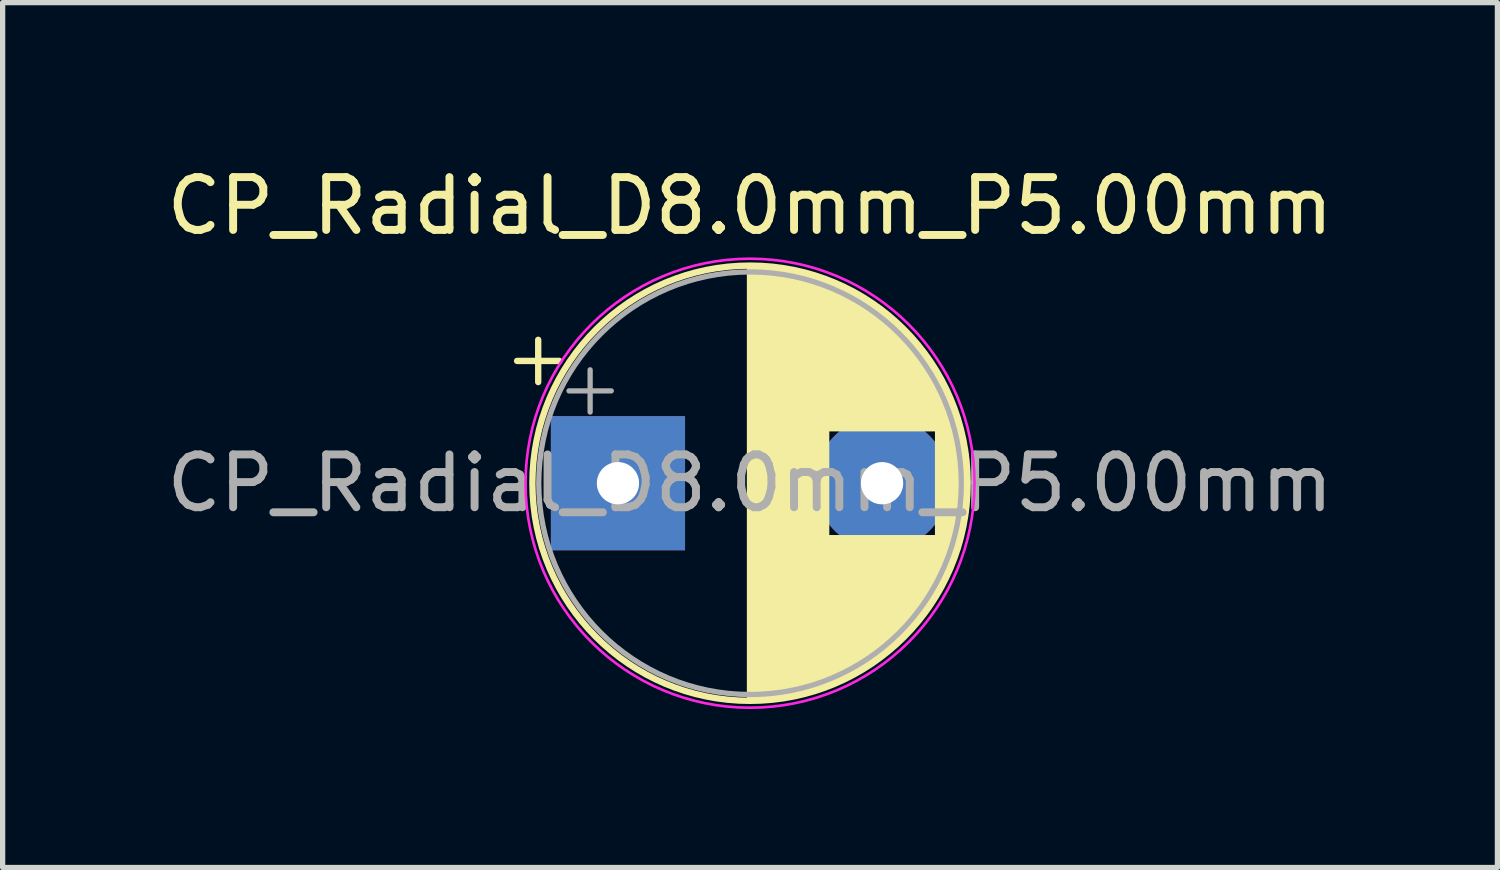
<source format=kicad_pcb>
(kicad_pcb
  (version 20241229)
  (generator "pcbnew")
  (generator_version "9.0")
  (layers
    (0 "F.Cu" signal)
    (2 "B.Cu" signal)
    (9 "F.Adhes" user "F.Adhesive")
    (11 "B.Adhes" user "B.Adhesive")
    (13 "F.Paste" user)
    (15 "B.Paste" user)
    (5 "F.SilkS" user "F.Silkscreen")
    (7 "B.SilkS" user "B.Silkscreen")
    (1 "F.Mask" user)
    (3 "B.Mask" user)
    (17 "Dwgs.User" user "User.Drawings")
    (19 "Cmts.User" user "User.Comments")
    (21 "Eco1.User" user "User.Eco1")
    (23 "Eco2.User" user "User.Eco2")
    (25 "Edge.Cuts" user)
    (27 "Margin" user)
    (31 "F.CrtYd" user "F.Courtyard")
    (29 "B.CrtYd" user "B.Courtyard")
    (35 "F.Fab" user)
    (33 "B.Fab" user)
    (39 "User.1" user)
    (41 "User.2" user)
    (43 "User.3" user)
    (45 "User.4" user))
  (footprint "CP_Radial_D8.0mm_P5.00mm"
    (layer "F.Cu")
    (at 8.649 6.098)
    (property "Reference" "CP_Radial_D8.0mm_P5.00mm" (at 2.5 -5.25 0) (layer "F.SilkS") (effects (font (size 1 1) (thickness 0.15))))
    (attr through_hole)
    (fp_line (start -1.91 -2.315) (end -1.11 -2.315) (stroke (width 0.12) (type solid)) (layer "F.SilkS"))
    (fp_line (start -1.51 -2.715) (end -1.51 -1.915) (stroke (width 0.12) (type solid)) (layer "F.SilkS"))
    (fp_line (start 2.5 -4.08) (end 2.5 4.08) (stroke (width 0.12) (type solid)) (layer "F.SilkS"))
    (fp_line (start 2.54 -4.08) (end 2.54 4.08) (stroke (width 0.12) (type solid)) (layer "F.SilkS"))
    (fp_line (start 2.58 -4.08) (end 2.58 4.08) (stroke (width 0.12) (type solid)) (layer "F.SilkS"))
    (fp_line (start 2.62 -4.079) (end 2.62 4.079) (stroke (width 0.12) (type solid)) (layer "F.SilkS"))
    (fp_line (start 2.66 -4.077) (end 2.66 4.077) (stroke (width 0.12) (type solid)) (layer "F.SilkS"))
    (fp_line (start 2.7 -4.076) (end 2.7 4.076) (stroke (width 0.12) (type solid)) (layer "F.SilkS"))
    (fp_line (start 2.74 -4.074) (end 2.74 4.074) (stroke (width 0.12) (type solid)) (layer "F.SilkS"))
    (fp_line (start 2.78 -4.071) (end 2.78 4.071) (stroke (width 0.12) (type solid)) (layer "F.SilkS"))
    (fp_line (start 2.82 -4.068) (end 2.82 4.068) (stroke (width 0.12) (type solid)) (layer "F.SilkS"))
    (fp_line (start 2.86 -4.065) (end 2.86 4.065) (stroke (width 0.12) (type solid)) (layer "F.SilkS"))
    (fp_line (start 2.9 -4.061) (end 2.9 4.061) (stroke (width 0.12) (type solid)) (layer "F.SilkS"))
    (fp_line (start 2.94 -4.057) (end 2.94 4.057) (stroke (width 0.12) (type solid)) (layer "F.SilkS"))
    (fp_line (start 2.98 -4.052) (end 2.98 4.052) (stroke (width 0.12) (type solid)) (layer "F.SilkS"))
    (fp_line (start 3.02 -4.048) (end 3.02 4.048) (stroke (width 0.12) (type solid)) (layer "F.SilkS"))
    (fp_line (start 3.06 -4.042) (end 3.06 4.042) (stroke (width 0.12) (type solid)) (layer "F.SilkS"))
    (fp_line (start 3.1 -4.037) (end 3.1 4.037) (stroke (width 0.12) (type solid)) (layer "F.SilkS"))
    (fp_line (start 3.14 -4.03) (end 3.14 4.03) (stroke (width 0.12) (type solid)) (layer "F.SilkS"))
    (fp_line (start 3.18 -4.024) (end 3.18 4.024) (stroke (width 0.12) (type solid)) (layer "F.SilkS"))
    (fp_line (start 3.221 -4.017) (end 3.221 4.017) (stroke (width 0.12) (type solid)) (layer "F.SilkS"))
    (fp_line (start 3.261 -4.01) (end 3.261 4.01) (stroke (width 0.12) (type solid)) (layer "F.SilkS"))
    (fp_line (start 3.301 -4.002) (end 3.301 4.002) (stroke (width 0.12) (type solid)) (layer "F.SilkS"))
    (fp_line (start 3.341 -3.994) (end 3.341 3.994) (stroke (width 0.12) (type solid)) (layer "F.SilkS"))
    (fp_line (start 3.381 -3.985) (end 3.381 3.985) (stroke (width 0.12) (type solid)) (layer "F.SilkS"))
    (fp_line (start 3.421 -3.976) (end 3.421 3.976) (stroke (width 0.12) (type solid)) (layer "F.SilkS"))
    (fp_line (start 3.461 -3.967) (end 3.461 3.967) (stroke (width 0.12) (type solid)) (layer "F.SilkS"))
    (fp_line (start 3.501 -3.957) (end 3.501 3.957) (stroke (width 0.12) (type solid)) (layer "F.SilkS"))
    (fp_line (start 3.541 -3.947) (end 3.541 3.947) (stroke (width 0.12) (type solid)) (layer "F.SilkS"))
    (fp_line (start 3.581 -3.936) (end 3.581 3.936) (stroke (width 0.12) (type solid)) (layer "F.SilkS"))
    (fp_line (start 3.621 -3.925) (end 3.621 3.925) (stroke (width 0.12) (type solid)) (layer "F.SilkS"))
    (fp_line (start 3.661 -3.914) (end 3.661 3.914) (stroke (width 0.12) (type solid)) (layer "F.SilkS"))
    (fp_line (start 3.701 -3.902) (end 3.701 3.902) (stroke (width 0.12) (type solid)) (layer "F.SilkS"))
    (fp_line (start 3.741 -3.889) (end 3.741 3.889) (stroke (width 0.12) (type solid)) (layer "F.SilkS"))
    (fp_line (start 3.781 -3.877) (end 3.781 3.877) (stroke (width 0.12) (type solid)) (layer "F.SilkS"))
    (fp_line (start 3.821 -3.863) (end 3.821 3.863) (stroke (width 0.12) (type solid)) (layer "F.SilkS"))
    (fp_line (start 3.861 -3.85) (end 3.861 3.85) (stroke (width 0.12) (type solid)) (layer "F.SilkS"))
    (fp_line (start 3.901 -3.835) (end 3.901 3.835) (stroke (width 0.12) (type solid)) (layer "F.SilkS"))
    (fp_line (start 3.941 -3.821) (end 3.941 3.821) (stroke (width 0.12) (type solid)) (layer "F.SilkS"))
    (fp_line (start 3.981 -3.805) (end 3.981 -1.04) (stroke (width 0.12) (type solid)) (layer "F.SilkS"))
    (fp_line (start 3.981 1.04) (end 3.981 3.805) (stroke (width 0.12) (type solid)) (layer "F.SilkS"))
    (fp_line (start 4.021 -3.79) (end 4.021 -1.04) (stroke (width 0.12) (type solid)) (layer "F.SilkS"))
    (fp_line (start 4.021 1.04) (end 4.021 3.79) (stroke (width 0.12) (type solid)) (layer "F.SilkS"))
    (fp_line (start 4.061 -3.774) (end 4.061 -1.04) (stroke (width 0.12) (type solid)) (layer "F.SilkS"))
    (fp_line (start 4.061 1.04) (end 4.061 3.774) (stroke (width 0.12) (type solid)) (layer "F.SilkS"))
    (fp_line (start 4.101 -3.757) (end 4.101 -1.04) (stroke (width 0.12) (type solid)) (layer "F.SilkS"))
    (fp_line (start 4.101 1.04) (end 4.101 3.757) (stroke (width 0.12) (type solid)) (layer "F.SilkS"))
    (fp_line (start 4.141 -3.74) (end 4.141 -1.04) (stroke (width 0.12) (type solid)) (layer "F.SilkS"))
    (fp_line (start 4.141 1.04) (end 4.141 3.74) (stroke (width 0.12) (type solid)) (layer "F.SilkS"))
    (fp_line (start 4.181 -3.722) (end 4.181 -1.04) (stroke (width 0.12) (type solid)) (layer "F.SilkS"))
    (fp_line (start 4.181 1.04) (end 4.181 3.722) (stroke (width 0.12) (type solid)) (layer "F.SilkS"))
    (fp_line (start 4.221 -3.704) (end 4.221 -1.04) (stroke (width 0.12) (type solid)) (layer "F.SilkS"))
    (fp_line (start 4.221 1.04) (end 4.221 3.704) (stroke (width 0.12) (type solid)) (layer "F.SilkS"))
    (fp_line (start 4.261 -3.686) (end 4.261 -1.04) (stroke (width 0.12) (type solid)) (layer "F.SilkS"))
    (fp_line (start 4.261 1.04) (end 4.261 3.686) (stroke (width 0.12) (type solid)) (layer "F.SilkS"))
    (fp_line (start 4.301 -3.666) (end 4.301 -1.04) (stroke (width 0.12) (type solid)) (layer "F.SilkS"))
    (fp_line (start 4.301 1.04) (end 4.301 3.666) (stroke (width 0.12) (type solid)) (layer "F.SilkS"))
    (fp_line (start 4.341 -3.647) (end 4.341 -1.04) (stroke (width 0.12) (type solid)) (layer "F.SilkS"))
    (fp_line (start 4.341 1.04) (end 4.341 3.647) (stroke (width 0.12) (type solid)) (layer "F.SilkS"))
    (fp_line (start 4.381 -3.627) (end 4.381 -1.04) (stroke (width 0.12) (type solid)) (layer "F.SilkS"))
    (fp_line (start 4.381 1.04) (end 4.381 3.627) (stroke (width 0.12) (type solid)) (layer "F.SilkS"))
    (fp_line (start 4.421 -3.606) (end 4.421 -1.04) (stroke (width 0.12) (type solid)) (layer "F.SilkS"))
    (fp_line (start 4.421 1.04) (end 4.421 3.606) (stroke (width 0.12) (type solid)) (layer "F.SilkS"))
    (fp_line (start 4.461 -3.584) (end 4.461 -1.04) (stroke (width 0.12) (type solid)) (layer "F.SilkS"))
    (fp_line (start 4.461 1.04) (end 4.461 3.584) (stroke (width 0.12) (type solid)) (layer "F.SilkS"))
    (fp_line (start 4.501 -3.562) (end 4.501 -1.04) (stroke (width 0.12) (type solid)) (layer "F.SilkS"))
    (fp_line (start 4.501 1.04) (end 4.501 3.562) (stroke (width 0.12) (type solid)) (layer "F.SilkS"))
    (fp_line (start 4.541 -3.54) (end 4.541 -1.04) (stroke (width 0.12) (type solid)) (layer "F.SilkS"))
    (fp_line (start 4.541 1.04) (end 4.541 3.54) (stroke (width 0.12) (type solid)) (layer "F.SilkS"))
    (fp_line (start 4.581 -3.517) (end 4.581 -1.04) (stroke (width 0.12) (type solid)) (layer "F.SilkS"))
    (fp_line (start 4.581 1.04) (end 4.581 3.517) (stroke (width 0.12) (type solid)) (layer "F.SilkS"))
    (fp_line (start 4.621 -3.493) (end 4.621 -1.04) (stroke (width 0.12) (type solid)) (layer "F.SilkS"))
    (fp_line (start 4.621 1.04) (end 4.621 3.493) (stroke (width 0.12) (type solid)) (layer "F.SilkS"))
    (fp_line (start 4.661 -3.469) (end 4.661 -1.04) (stroke (width 0.12) (type solid)) (layer "F.SilkS"))
    (fp_line (start 4.661 1.04) (end 4.661 3.469) (stroke (width 0.12) (type solid)) (layer "F.SilkS"))
    (fp_line (start 4.701 -3.444) (end 4.701 -1.04) (stroke (width 0.12) (type solid)) (layer "F.SilkS"))
    (fp_line (start 4.701 1.04) (end 4.701 3.444) (stroke (width 0.12) (type solid)) (layer "F.SilkS"))
    (fp_line (start 4.741 -3.418) (end 4.741 -1.04) (stroke (width 0.12) (type solid)) (layer "F.SilkS"))
    (fp_line (start 4.741 1.04) (end 4.741 3.418) (stroke (width 0.12) (type solid)) (layer "F.SilkS"))
    (fp_line (start 4.781 -3.392) (end 4.781 -1.04) (stroke (width 0.12) (type solid)) (layer "F.SilkS"))
    (fp_line (start 4.781 1.04) (end 4.781 3.392) (stroke (width 0.12) (type solid)) (layer "F.SilkS"))
    (fp_line (start 4.821 -3.365) (end 4.821 -1.04) (stroke (width 0.12) (type solid)) (layer "F.SilkS"))
    (fp_line (start 4.821 1.04) (end 4.821 3.365) (stroke (width 0.12) (type solid)) (layer "F.SilkS"))
    (fp_line (start 4.861 -3.338) (end 4.861 -1.04) (stroke (width 0.12) (type solid)) (layer "F.SilkS"))
    (fp_line (start 4.861 1.04) (end 4.861 3.338) (stroke (width 0.12) (type solid)) (layer "F.SilkS"))
    (fp_line (start 4.901 -3.309) (end 4.901 -1.04) (stroke (width 0.12) (type solid)) (layer "F.SilkS"))
    (fp_line (start 4.901 1.04) (end 4.901 3.309) (stroke (width 0.12) (type solid)) (layer "F.SilkS"))
    (fp_line (start 4.941 -3.28) (end 4.941 -1.04) (stroke (width 0.12) (type solid)) (layer "F.SilkS"))
    (fp_line (start 4.941 1.04) (end 4.941 3.28) (stroke (width 0.12) (type solid)) (layer "F.SilkS"))
    (fp_line (start 4.981 -3.25) (end 4.981 -1.04) (stroke (width 0.12) (type solid)) (layer "F.SilkS"))
    (fp_line (start 4.981 1.04) (end 4.981 3.25) (stroke (width 0.12) (type solid)) (layer "F.SilkS"))
    (fp_line (start 5.021 -3.22) (end 5.021 -1.04) (stroke (width 0.12) (type solid)) (layer "F.SilkS"))
    (fp_line (start 5.021 1.04) (end 5.021 3.22) (stroke (width 0.12) (type solid)) (layer "F.SilkS"))
    (fp_line (start 5.061 -3.189) (end 5.061 -1.04) (stroke (width 0.12) (type solid)) (layer "F.SilkS"))
    (fp_line (start 5.061 1.04) (end 5.061 3.189) (stroke (width 0.12) (type solid)) (layer "F.SilkS"))
    (fp_line (start 5.101 -3.156) (end 5.101 -1.04) (stroke (width 0.12) (type solid)) (layer "F.SilkS"))
    (fp_line (start 5.101 1.04) (end 5.101 3.156) (stroke (width 0.12) (type solid)) (layer "F.SilkS"))
    (fp_line (start 5.141 -3.124) (end 5.141 -1.04) (stroke (width 0.12) (type solid)) (layer "F.SilkS"))
    (fp_line (start 5.141 1.04) (end 5.141 3.124) (stroke (width 0.12) (type solid)) (layer "F.SilkS"))
    (fp_line (start 5.181 -3.09) (end 5.181 -1.04) (stroke (width 0.12) (type solid)) (layer "F.SilkS"))
    (fp_line (start 5.181 1.04) (end 5.181 3.09) (stroke (width 0.12) (type solid)) (layer "F.SilkS"))
    (fp_line (start 5.221 -3.055) (end 5.221 -1.04) (stroke (width 0.12) (type solid)) (layer "F.SilkS"))
    (fp_line (start 5.221 1.04) (end 5.221 3.055) (stroke (width 0.12) (type solid)) (layer "F.SilkS"))
    (fp_line (start 5.261 -3.019) (end 5.261 -1.04) (stroke (width 0.12) (type solid)) (layer "F.SilkS"))
    (fp_line (start 5.261 1.04) (end 5.261 3.019) (stroke (width 0.12) (type solid)) (layer "F.SilkS"))
    (fp_line (start 5.301 -2.983) (end 5.301 -1.04) (stroke (width 0.12) (type solid)) (layer "F.SilkS"))
    (fp_line (start 5.301 1.04) (end 5.301 2.983) (stroke (width 0.12) (type solid)) (layer "F.SilkS"))
    (fp_line (start 5.341 -2.945) (end 5.341 -1.04) (stroke (width 0.12) (type solid)) (layer "F.SilkS"))
    (fp_line (start 5.341 1.04) (end 5.341 2.945) (stroke (width 0.12) (type solid)) (layer "F.SilkS"))
    (fp_line (start 5.381 -2.907) (end 5.381 -1.04) (stroke (width 0.12) (type solid)) (layer "F.SilkS"))
    (fp_line (start 5.381 1.04) (end 5.381 2.907) (stroke (width 0.12) (type solid)) (layer "F.SilkS"))
    (fp_line (start 5.421 -2.867) (end 5.421 -1.04) (stroke (width 0.12) (type solid)) (layer "F.SilkS"))
    (fp_line (start 5.421 1.04) (end 5.421 2.867) (stroke (width 0.12) (type solid)) (layer "F.SilkS"))
    (fp_line (start 5.461 -2.826) (end 5.461 -1.04) (stroke (width 0.12) (type solid)) (layer "F.SilkS"))
    (fp_line (start 5.461 1.04) (end 5.461 2.826) (stroke (width 0.12) (type solid)) (layer "F.SilkS"))
    (fp_line (start 5.501 -2.784) (end 5.501 -1.04) (stroke (width 0.12) (type solid)) (layer "F.SilkS"))
    (fp_line (start 5.501 1.04) (end 5.501 2.784) (stroke (width 0.12) (type solid)) (layer "F.SilkS"))
    (fp_line (start 5.541 -2.741) (end 5.541 -1.04) (stroke (width 0.12) (type solid)) (layer "F.SilkS"))
    (fp_line (start 5.541 1.04) (end 5.541 2.741) (stroke (width 0.12) (type solid)) (layer "F.SilkS"))
    (fp_line (start 5.581 -2.697) (end 5.581 -1.04) (stroke (width 0.12) (type solid)) (layer "F.SilkS"))
    (fp_line (start 5.581 1.04) (end 5.581 2.697) (stroke (width 0.12) (type solid)) (layer "F.SilkS"))
    (fp_line (start 5.621 -2.651) (end 5.621 -1.04) (stroke (width 0.12) (type solid)) (layer "F.SilkS"))
    (fp_line (start 5.621 1.04) (end 5.621 2.651) (stroke (width 0.12) (type solid)) (layer "F.SilkS"))
    (fp_line (start 5.661 -2.604) (end 5.661 -1.04) (stroke (width 0.12) (type solid)) (layer "F.SilkS"))
    (fp_line (start 5.661 1.04) (end 5.661 2.604) (stroke (width 0.12) (type solid)) (layer "F.SilkS"))
    (fp_line (start 5.701 -2.556) (end 5.701 -1.04) (stroke (width 0.12) (type solid)) (layer "F.SilkS"))
    (fp_line (start 5.701 1.04) (end 5.701 2.556) (stroke (width 0.12) (type solid)) (layer "F.SilkS"))
    (fp_line (start 5.741 -2.505) (end 5.741 -1.04) (stroke (width 0.12) (type solid)) (layer "F.SilkS"))
    (fp_line (start 5.741 1.04) (end 5.741 2.505) (stroke (width 0.12) (type solid)) (layer "F.SilkS"))
    (fp_line (start 5.781 -2.454) (end 5.781 -1.04) (stroke (width 0.12) (type solid)) (layer "F.SilkS"))
    (fp_line (start 5.781 1.04) (end 5.781 2.454) (stroke (width 0.12) (type solid)) (layer "F.SilkS"))
    (fp_line (start 5.821 -2.4) (end 5.821 -1.04) (stroke (width 0.12) (type solid)) (layer "F.SilkS"))
    (fp_line (start 5.821 1.04) (end 5.821 2.4) (stroke (width 0.12) (type solid)) (layer "F.SilkS"))
    (fp_line (start 5.861 -2.345) (end 5.861 -1.04) (stroke (width 0.12) (type solid)) (layer "F.SilkS"))
    (fp_line (start 5.861 1.04) (end 5.861 2.345) (stroke (width 0.12) (type solid)) (layer "F.SilkS"))
    (fp_line (start 5.901 -2.287) (end 5.901 -1.04) (stroke (width 0.12) (type solid)) (layer "F.SilkS"))
    (fp_line (start 5.901 1.04) (end 5.901 2.287) (stroke (width 0.12) (type solid)) (layer "F.SilkS"))
    (fp_line (start 5.941 -2.228) (end 5.941 -1.04) (stroke (width 0.12) (type solid)) (layer "F.SilkS"))
    (fp_line (start 5.941 1.04) (end 5.941 2.228) (stroke (width 0.12) (type solid)) (layer "F.SilkS"))
    (fp_line (start 5.981 -2.166) (end 5.981 -1.04) (stroke (width 0.12) (type solid)) (layer "F.SilkS"))
    (fp_line (start 5.981 1.04) (end 5.981 2.166) (stroke (width 0.12) (type solid)) (layer "F.SilkS"))
    (fp_line (start 6.021 -2.102) (end 6.021 -1.04) (stroke (width 0.12) (type solid)) (layer "F.SilkS"))
    (fp_line (start 6.021 1.04) (end 6.021 2.102) (stroke (width 0.12) (type solid)) (layer "F.SilkS"))
    (fp_line (start 6.061 -2.034) (end 6.061 2.034) (stroke (width 0.12) (type solid)) (layer "F.SilkS"))
    (fp_line (start 6.101 -1.964) (end 6.101 1.964) (stroke (width 0.12) (type solid)) (layer "F.SilkS"))
    (fp_line (start 6.141 -1.89) (end 6.141 1.89) (stroke (width 0.12) (type solid)) (layer "F.SilkS"))
    (fp_line (start 6.181 -1.813) (end 6.181 1.813) (stroke (width 0.12) (type solid)) (layer "F.SilkS"))
    (fp_line (start 6.221 -1.731) (end 6.221 1.731) (stroke (width 0.12) (type solid)) (layer "F.SilkS"))
    (fp_line (start 6.261 -1.645) (end 6.261 1.645) (stroke (width 0.12) (type solid)) (layer "F.SilkS"))
    (fp_line (start 6.301 -1.552) (end 6.301 1.552) (stroke (width 0.12) (type solid)) (layer "F.SilkS"))
    (fp_line (start 6.341 -1.453) (end 6.341 1.453) (stroke (width 0.12) (type solid)) (layer "F.SilkS"))
    (fp_line (start 6.381 -1.346) (end 6.381 1.346) (stroke (width 0.12) (type solid)) (layer "F.SilkS"))
    (fp_line (start 6.421 -1.229) (end 6.421 1.229) (stroke (width 0.12) (type solid)) (layer "F.SilkS"))
    (fp_line (start 6.461 -1.098) (end 6.461 1.098) (stroke (width 0.12) (type solid)) (layer "F.SilkS"))
    (fp_line (start 6.501 -0.948) (end 6.501 0.948) (stroke (width 0.12) (type solid)) (layer "F.SilkS"))
    (fp_line (start 6.541 -0.768) (end 6.541 0.768) (stroke (width 0.12) (type solid)) (layer "F.SilkS"))
    (fp_line (start 6.581 -0.533) (end 6.581 0.533) (stroke (width 0.12) (type solid)) (layer "F.SilkS"))
    (fp_circle (center 2.5 0) (end 6.62 0) (stroke (width 0.12) (type solid)) (fill no) (layer "F.SilkS"))
    (fp_circle (center 2.5 0) (end 6.75 0) (stroke (width 0.05) (type solid)) (fill no) (layer "F.CrtYd"))
    (fp_line (start -0.927 -1.748) (end -0.127 -1.748) (stroke (width 0.1) (type solid)) (layer "F.Fab"))
    (fp_line (start -0.527 -2.147) (end -0.527 -1.347) (stroke (width 0.1) (type solid)) (layer "F.Fab"))
    (fp_circle (center 2.5 0) (end 6.5 0) (stroke (width 0.1) (type solid)) (fill no) (layer "F.Fab"))
    (fp_text user "${REFERENCE}" (at 2.5 0 0) (layer "F.Fab") (effects (font (size 1 1) (thickness 0.15))))
    (pad "1" thru_hole rect (at 0 0) (size 2.54 2.54) (drill 0.8) (layers "*.Cu" "*.Mask"))
    (pad "2" thru_hole circle (at 5 0) (size 2.54 2.54) (drill 0.8) (layers "*.Cu" "*.Mask")))
  (gr_rect
    (start -3 -3)
    (end 25.298 13.373)
    (stroke (width 0.1) (type default))
    (fill no)
    (layer "Edge.Cuts")))
</source>
